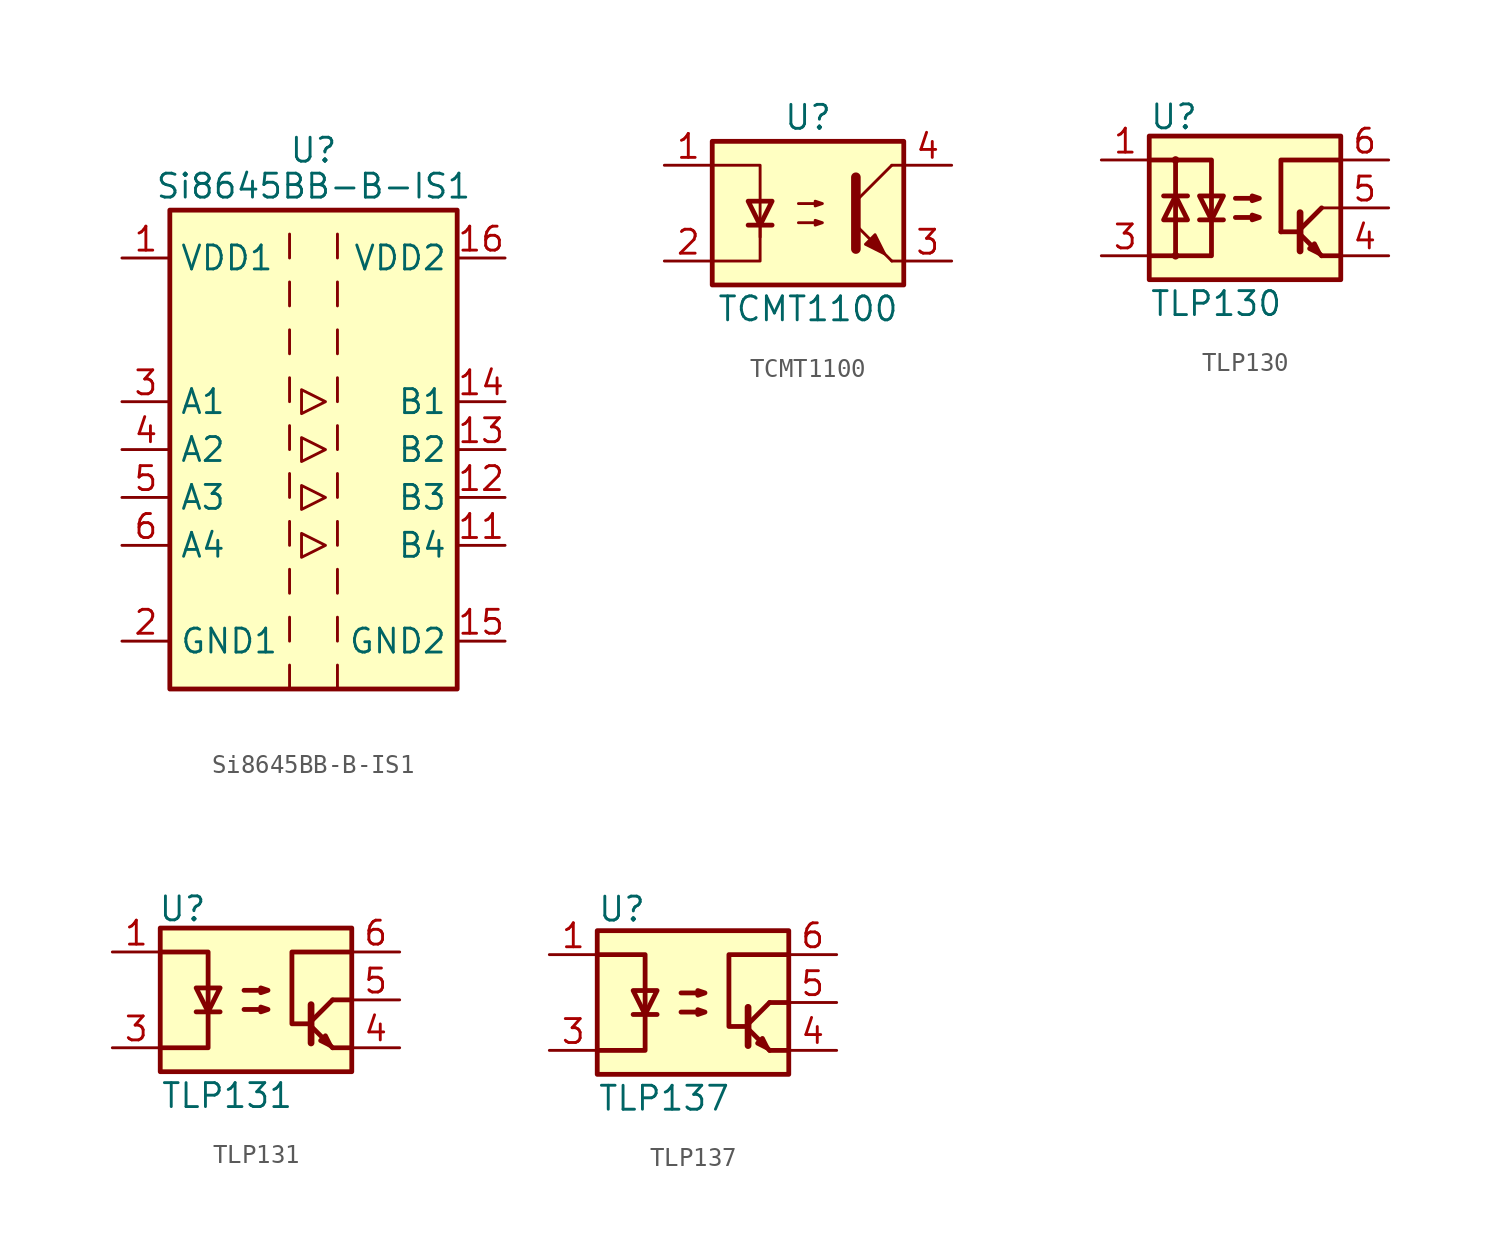
<source format=kicad_sym>
(kicad_symbol_lib
  (version 20201005)
  (generator kicad_symbol_editor)
  (symbol "Si8645BB-B-IS1"
    (property "Reference" "U"
      (at 0 15.875 0)
      (effects (font (size 1.27 1.27))))
    (property "Value" "Si8645BB-B-IS1"
      (at 0 13.97 0)
      (effects (font (size 1.27 1.27))))
    (symbol "Si8645BB-B-IS1_0_1"
      (rectangle (start -7.62 12.7) (end 7.62 -12.7) (stroke (width 0.254)) (fill (type background)))
      (polyline (pts (xy -1.27 -11.43) (xy -1.27 -12.7)) (stroke (width 0)) (fill (type none)))
      (polyline (pts (xy -1.27 -8.89) (xy -1.27 -10.16)) (stroke (width 0)) (fill (type none)))
      (polyline (pts (xy -1.27 -6.35) (xy -1.27 -7.62)) (stroke (width 0)) (fill (type none)))
      (polyline (pts (xy -1.27 -3.81) (xy -1.27 -5.08)) (stroke (width 0)) (fill (type none)))
      (polyline (pts (xy -1.27 -1.27) (xy -1.27 -2.54)) (stroke (width 0)) (fill (type none)))
      (polyline (pts (xy -1.27 1.27) (xy -1.27 0)) (stroke (width 0)) (fill (type none)))
      (polyline (pts (xy -1.27 3.81) (xy -1.27 2.54)) (stroke (width 0)) (fill (type none)))
      (polyline (pts (xy -1.27 6.35) (xy -1.27 5.08)) (stroke (width 0)) (fill (type none)))
      (polyline (pts (xy -1.27 8.89) (xy -1.27 7.62)) (stroke (width 0)) (fill (type none)))
      (polyline (pts (xy -1.27 11.43) (xy -1.27 10.16)) (stroke (width 0)) (fill (type none)))
      (polyline (pts (xy 1.27 -11.43) (xy 1.27 -12.7)) (stroke (width 0)) (fill (type none)))
      (polyline (pts (xy 1.27 -8.89) (xy 1.27 -10.16)) (stroke (width 0)) (fill (type none)))
      (polyline (pts (xy 1.27 -6.35) (xy 1.27 -7.62)) (stroke (width 0)) (fill (type none)))
      (polyline (pts (xy 1.27 -3.81) (xy 1.27 -5.08)) (stroke (width 0)) (fill (type none)))
      (polyline (pts (xy 1.27 -1.27) (xy 1.27 -2.54)) (stroke (width 0)) (fill (type none)))
      (polyline (pts (xy 1.27 1.27) (xy 1.27 0)) (stroke (width 0)) (fill (type none)))
      (polyline (pts (xy 1.27 3.81) (xy 1.27 2.54)) (stroke (width 0)) (fill (type none)))
      (polyline (pts (xy 1.27 6.35) (xy 1.27 5.08)) (stroke (width 0)) (fill (type none)))
      (polyline (pts (xy 1.27 8.89) (xy 1.27 7.62)) (stroke (width 0)) (fill (type none)))
      (polyline (pts (xy 1.27 11.43) (xy 1.27 10.16)) (stroke (width 0)) (fill (type none)))
      (polyline (pts (xy -0.635 0.635) (xy -0.635 -0.635) (xy 0.635 0) (xy -0.635 0.635)) (stroke (width 0)) (fill (type none)))
      (polyline (pts (xy -0.635 3.175) (xy -0.635 1.905) (xy 0.635 2.54) (xy -0.635 3.175)) (stroke (width 0)) (fill (type none)))
      (polyline (pts (xy 0.635 -5.08) (xy -0.635 -4.445) (xy -0.635 -5.715) (xy 0.635 -5.08)) (stroke (width 0)) (fill (type none)))
      (polyline (pts (xy 0.635 -2.54) (xy -0.635 -1.905) (xy -0.635 -3.175) (xy 0.635 -2.54)) (stroke (width 0)) (fill (type none))))
    (symbol "Si8645BB-B-IS1_1_1"
      (pin power_in line (at -10.16 10.16 0) (length 2.54) (name "VDD1" (effects (font (size 1.27 1.27)))) (number "1" (effects (font (size 1.27 1.27)))))
      (pin no_connect line (at 7.62 7.62 180) (length 2.54) hide (name "NC" (effects (font (size 1.27 1.27)))) (number "10" (effects (font (size 1.27 1.27)))))
      (pin output line (at 10.16 -5.08 180) (length 2.54) (name "B4" (effects (font (size 1.27 1.27)))) (number "11" (effects (font (size 1.27 1.27)))))
      (pin output line (at 10.16 -2.54 180) (length 2.54) (name "B3" (effects (font (size 1.27 1.27)))) (number "12" (effects (font (size 1.27 1.27)))))
      (pin output line (at 10.16 0 180) (length 2.54) (name "B2" (effects (font (size 1.27 1.27)))) (number "13" (effects (font (size 1.27 1.27)))))
      (pin output line (at 10.16 2.54 180) (length 2.54) (name "B1" (effects (font (size 1.27 1.27)))) (number "14" (effects (font (size 1.27 1.27)))))
      (pin power_in line (at 10.16 -10.16 180) (length 2.54) (name "GND2" (effects (font (size 1.27 1.27)))) (number "15" (effects (font (size 1.27 1.27)))))
      (pin power_in line (at 10.16 10.16 180) (length 2.54) (name "VDD2" (effects (font (size 1.27 1.27)))) (number "16" (effects (font (size 1.27 1.27)))))
      (pin power_in line (at -10.16 -10.16 0) (length 2.54) (name "GND1" (effects (font (size 1.27 1.27)))) (number "2" (effects (font (size 1.27 1.27)))))
      (pin input line (at -10.16 2.54 0) (length 2.54) (name "A1" (effects (font (size 1.27 1.27)))) (number "3" (effects (font (size 1.27 1.27)))))
      (pin input line (at -10.16 0 0) (length 2.54) (name "A2" (effects (font (size 1.27 1.27)))) (number "4" (effects (font (size 1.27 1.27)))))
      (pin input line (at -10.16 -2.54 0) (length 2.54) (name "A3" (effects (font (size 1.27 1.27)))) (number "5" (effects (font (size 1.27 1.27)))))
      (pin input line (at -10.16 -5.08 0) (length 2.54) (name "A4" (effects (font (size 1.27 1.27)))) (number "6" (effects (font (size 1.27 1.27)))))
      (pin no_connect line (at -7.62 7.62 0) (length 2.54) hide (name "NC" (effects (font (size 1.27 1.27)))) (number "7" (effects (font (size 1.27 1.27)))))
      (pin passive line (at -10.16 -10.16 0) (length 2.54) hide (name "GND1" (effects (font (size 1.27 1.27)))) (number "8" (effects (font (size 1.27 1.27)))))
      (pin passive line (at 10.16 -10.16 180) (length 2.54) hide (name "GND2" (effects (font (size 1.27 1.27)))) (number "9" (effects (font (size 1.27 1.27)))))))
  (symbol "TCMT1100"
    (pin_names
      (offset 1.016))
    (property "Reference" "U"
      (at 0 5.08 0)
      (effects (font (size 1.27 1.27))))
    (property "Value" "TCMT1100"
      (at 0 -5.08 0)
      (effects (font (size 1.27 1.27))))
    (symbol "TCMT1100_1_1"
      (rectangle (start -5.08 3.81) (end 5.08 -3.81) (stroke (width 0.254)) (fill (type background)))
      (polyline (pts (xy -3.175 -0.635) (xy -1.905 -0.635)) (stroke (width 0.254)) (fill (type none)))
      (polyline (pts (xy 2.54 0.635) (xy 4.445 2.54)) (stroke (width 0)) (fill (type none)))
      (polyline (pts (xy 4.445 -2.54) (xy 2.54 -0.635)) (stroke (width 0)) (fill (type outline)))
      (polyline (pts (xy 4.445 -2.54) (xy 5.08 -2.54)) (stroke (width 0)) (fill (type none)))
      (polyline (pts (xy 4.445 2.54) (xy 5.08 2.54)) (stroke (width 0)) (fill (type none)))
      (polyline (pts (xy -2.54 -0.635) (xy -2.54 -2.54) (xy -5.08 -2.54)) (stroke (width 0)) (fill (type none)))
      (polyline (pts (xy 2.54 1.905) (xy 2.54 -1.905) (xy 2.54 -1.905)) (stroke (width 0.508)) (fill (type none)))
      (polyline (pts (xy -5.08 2.54) (xy -2.54 2.54) (xy -2.54 -1.27) (xy -2.54 0.635)) (stroke (width 0)) (fill (type none)))
      (polyline (pts (xy -2.54 -0.635) (xy -3.175 0.635) (xy -1.905 0.635) (xy -2.54 -0.635)) (stroke (width 0.254)) (fill (type none)))
      (polyline (pts (xy -0.508 -0.508) (xy 0.762 -0.508) (xy 0.381 -0.635) (xy 0.381 -0.381) (xy 0.762 -0.508)) (stroke (width 0)) (fill (type none)))
      (polyline (pts (xy -0.508 0.508) (xy 0.762 0.508) (xy 0.381 0.381) (xy 0.381 0.635) (xy 0.762 0.508)) (stroke (width 0)) (fill (type none)))
      (polyline (pts (xy 3.048 -1.651) (xy 3.556 -1.143) (xy 4.064 -2.159) (xy 3.048 -1.651) (xy 3.048 -1.651)) (stroke (width 0)) (fill (type outline)))
      (pin passive line (at -7.62 2.54 0) (length 2.54) (name "~" (effects (font (size 1.27 1.27)))) (number "1" (effects (font (size 1.27 1.27)))))
      (pin passive line (at -7.62 -2.54 0) (length 2.54) (name "~" (effects (font (size 1.27 1.27)))) (number "2" (effects (font (size 1.27 1.27)))))
      (pin passive line (at 7.62 -2.54 180) (length 2.54) (name "~" (effects (font (size 1.27 1.27)))) (number "3" (effects (font (size 1.27 1.27)))))
      (pin passive line (at 7.62 2.54 180) (length 2.54) (name "~" (effects (font (size 1.27 1.27)))) (number "4" (effects (font (size 1.27 1.27)))))))
  (symbol "TLP130"
    (pin_names
      (offset 1.016))
    (property "Reference" "U"
      (at -5.08 4.826 0)
      (effects (font (size 1.27 1.27)) (justify left)))
    (property "Value" "TLP130"
      (at -5.08 -5.08 0)
      (effects (font (size 1.27 1.27)) (justify left)))
    (symbol "TLP130_0_1"
      (circle (center -3.683 -2.54) (radius 0.127) (stroke (width 0)) (fill (type none)))
      (circle (center -3.683 2.54) (radius 0.127) (stroke (width 0)) (fill (type none)))
      (rectangle (start -5.08 3.81) (end 5.08 -3.81) (stroke (width 0.254)) (fill (type background)))
      (polyline (pts (xy -3.683 2.54) (xy -3.683 -2.54)) (stroke (width 0.254)) (fill (type none)))
      (polyline (pts (xy -3.048 0.635) (xy -4.318 0.635)) (stroke (width 0.254)) (fill (type none)))
      (polyline (pts (xy -2.413 -0.635) (xy -1.143 -0.635)) (stroke (width 0.254)) (fill (type none)))
      (polyline (pts (xy 2.921 -1.397) (xy 4.064 -2.54)) (stroke (width 0.254)) (fill (type none)))
      (polyline (pts (xy 2.921 -1.27) (xy 1.905 -1.27)) (stroke (width 0.254)) (fill (type none)))
      (polyline (pts (xy 2.921 -1.143) (xy 4.064 0)) (stroke (width 0.254)) (fill (type none)))
      (polyline (pts (xy 4.064 -2.54) (xy 5.08 -2.54)) (stroke (width 0.254)) (fill (type none)))
      (polyline (pts (xy 5.08 0) (xy 4.064 0)) (stroke (width 0)) (fill (type none)))
      (polyline (pts (xy 1.905 -1.27) (xy 1.905 2.54) (xy 5.08 2.54)) (stroke (width 0.254)) (fill (type none)))
      (polyline (pts (xy 2.921 -0.254) (xy 2.921 -2.286) (xy 2.921 -2.286)) (stroke (width 0.356)) (fill (type none)))
      (polyline (pts (xy -5.08 -2.54) (xy -1.778 -2.54) (xy -1.778 2.54) (xy -5.08 2.54)) (stroke (width 0.254)) (fill (type none)))
      (polyline (pts (xy -3.683 0.635) (xy -3.048 -0.635) (xy -4.318 -0.635) (xy -3.683 0.635)) (stroke (width 0.254)) (fill (type none)))
      (polyline (pts (xy -1.778 -0.635) (xy -2.413 0.635) (xy -1.143 0.635) (xy -1.778 -0.635)) (stroke (width 0.254)) (fill (type none)))
      (polyline (pts (xy 3.937 -2.413) (xy 3.683 -1.905) (xy 3.429 -2.159) (xy 3.937 -2.413)) (stroke (width 0.254)) (fill (type none)))
      (polyline (pts (xy -0.508 -0.508) (xy 0.762 -0.508) (xy 0.381 -0.635) (xy 0.381 -0.381) (xy 0.762 -0.508)) (stroke (width 0.254)) (fill (type none)))
      (polyline (pts (xy -0.508 0.508) (xy 0.762 0.508) (xy 0.381 0.381) (xy 0.381 0.635) (xy 0.762 0.508)) (stroke (width 0.254)) (fill (type none))))
    (symbol "TLP130_1_1"
      (pin passive line (at -7.62 2.54 0) (length 2.54) (name "~" (effects (font (size 1.27 1.27)))) (number "1" (effects (font (size 1.27 1.27)))))
      (pin passive line (at -7.62 -2.54 0) (length 2.54) (name "~" (effects (font (size 1.27 1.27)))) (number "3" (effects (font (size 1.27 1.27)))))
      (pin passive line (at 7.62 -2.54 180) (length 2.54) (name "~" (effects (font (size 1.27 1.27)))) (number "4" (effects (font (size 1.27 1.27)))))
      (pin open_collector line (at 7.62 0 180) (length 2.54) (name "~" (effects (font (size 1.27 1.27)))) (number "5" (effects (font (size 1.27 1.27)))))
      (pin passive line (at 7.62 2.54 180) (length 2.54) (name "~" (effects (font (size 1.27 1.27)))) (number "6" (effects (font (size 1.27 1.27)))))))
  (symbol "TLP131"
    (pin_names
      (offset 1.016))
    (property "Reference" "U"
      (at -5.207 4.826 0)
      (effects (font (size 1.27 1.27)) (justify left)))
    (property "Value" "TLP131"
      (at -5.08 -5.08 0)
      (effects (font (size 1.27 1.27)) (justify left)))
    (symbol "TLP131_0_1"
      (rectangle (start -5.08 3.81) (end 5.08 -3.81) (stroke (width 0.254)) (fill (type background)))
      (polyline (pts (xy -3.175 -0.635) (xy -1.905 -0.635)) (stroke (width 0.254)) (fill (type none)))
      (polyline (pts (xy 2.921 -1.397) (xy 4.064 -2.54)) (stroke (width 0.254)) (fill (type none)))
      (polyline (pts (xy 2.921 -1.143) (xy 4.064 0)) (stroke (width 0.254)) (fill (type none)))
      (polyline (pts (xy 4.064 -2.54) (xy 5.08 -2.54)) (stroke (width 0.254)) (fill (type none)))
      (polyline (pts (xy 5.08 0) (xy 4.064 0)) (stroke (width 0.254)) (fill (type none)))
      (polyline (pts (xy 2.921 -0.254) (xy 2.921 -2.286) (xy 2.921 -2.286)) (stroke (width 0.356)) (fill (type none)))
      (polyline (pts (xy -5.08 -2.54) (xy -2.54 -2.54) (xy -2.54 2.54) (xy -5.08 2.54)) (stroke (width 0.254)) (fill (type none)))
      (polyline (pts (xy -2.54 -0.635) (xy -3.175 0.635) (xy -1.905 0.635) (xy -2.54 -0.635)) (stroke (width 0.254)) (fill (type none)))
      (polyline (pts (xy 2.921 -1.27) (xy 1.905 -1.27) (xy 1.905 2.54) (xy 5.08 2.54)) (stroke (width 0.254)) (fill (type none)))
      (polyline (pts (xy 3.937 -2.413) (xy 3.683 -1.905) (xy 3.429 -2.159) (xy 3.937 -2.413)) (stroke (width 0.254)) (fill (type none)))
      (polyline (pts (xy -0.635 -0.508) (xy 0.635 -0.508) (xy 0.254 -0.635) (xy 0.254 -0.381) (xy 0.635 -0.508)) (stroke (width 0.254)) (fill (type none)))
      (polyline (pts (xy -0.635 0.508) (xy 0.635 0.508) (xy 0.254 0.381) (xy 0.254 0.635) (xy 0.635 0.508)) (stroke (width 0.254)) (fill (type none))))
    (symbol "TLP131_1_1"
      (pin passive line (at -7.62 2.54 0) (length 2.54) (name "~" (effects (font (size 1.27 1.27)))) (number "1" (effects (font (size 1.27 1.27)))))
      (pin passive line (at -7.62 -2.54 0) (length 2.54) (name "~" (effects (font (size 1.27 1.27)))) (number "3" (effects (font (size 1.27 1.27)))))
      (pin passive line (at 7.62 -2.54 180) (length 2.54) (name "~" (effects (font (size 1.27 1.27)))) (number "4" (effects (font (size 1.27 1.27)))))
      (pin open_collector line (at 7.62 0 180) (length 2.54) (name "~" (effects (font (size 1.27 1.27)))) (number "5" (effects (font (size 1.27 1.27)))))
      (pin passive line (at 7.62 2.54 180) (length 2.54) (name "~" (effects (font (size 1.27 1.27)))) (number "6" (effects (font (size 1.27 1.27)))))))
  (symbol "TLP137"
    (pin_names
      (offset 1.016))
    (property "Reference" "U"
      (at -5.08 4.953 0)
      (effects (font (size 1.27 1.27)) (justify left)))
    (property "Value" "TLP137"
      (at -5.08 -5.08 0)
      (effects (font (size 1.27 1.27)) (justify left)))
    (symbol "TLP137_0_1"
      (rectangle (start -5.08 3.81) (end 5.08 -3.81) (stroke (width 0.254)) (fill (type background)))
      (polyline (pts (xy -3.175 -0.635) (xy -1.905 -0.635)) (stroke (width 0.254)) (fill (type none)))
      (polyline (pts (xy 2.921 -1.397) (xy 4.064 -2.54)) (stroke (width 0.254)) (fill (type none)))
      (polyline (pts (xy 2.921 -1.143) (xy 4.064 0)) (stroke (width 0.254)) (fill (type none)))
      (polyline (pts (xy 4.064 -2.54) (xy 5.08 -2.54)) (stroke (width 0.254)) (fill (type none)))
      (polyline (pts (xy 5.08 0) (xy 4.064 0)) (stroke (width 0.254)) (fill (type none)))
      (polyline (pts (xy 2.921 -0.254) (xy 2.921 -2.286) (xy 2.921 -2.286)) (stroke (width 0.356)) (fill (type none)))
      (polyline (pts (xy -5.08 -2.54) (xy -2.54 -2.54) (xy -2.54 2.54) (xy -5.08 2.54)) (stroke (width 0.254)) (fill (type none)))
      (polyline (pts (xy -2.54 -0.635) (xy -3.175 0.635) (xy -1.905 0.635) (xy -2.54 -0.635)) (stroke (width 0.254)) (fill (type none)))
      (polyline (pts (xy 2.921 -1.27) (xy 1.905 -1.27) (xy 1.905 2.54) (xy 5.08 2.54)) (stroke (width 0.254)) (fill (type none)))
      (polyline (pts (xy 3.937 -2.413) (xy 3.683 -1.905) (xy 3.429 -2.159) (xy 3.937 -2.413)) (stroke (width 0.254)) (fill (type none)))
      (polyline (pts (xy -0.635 -0.508) (xy 0.635 -0.508) (xy 0.254 -0.635) (xy 0.254 -0.381) (xy 0.635 -0.508)) (stroke (width 0.254)) (fill (type none)))
      (polyline (pts (xy -0.635 0.508) (xy 0.635 0.508) (xy 0.254 0.381) (xy 0.254 0.635) (xy 0.635 0.508)) (stroke (width 0.254)) (fill (type none))))
    (symbol "TLP137_1_1"
      (pin passive line (at -7.62 2.54 0) (length 2.54) (name "~" (effects (font (size 1.27 1.27)))) (number "1" (effects (font (size 1.27 1.27)))))
      (pin passive line (at -7.62 -2.54 0) (length 2.54) (name "~" (effects (font (size 1.27 1.27)))) (number "3" (effects (font (size 1.27 1.27)))))
      (pin passive line (at 7.62 -2.54 180) (length 2.54) (name "~" (effects (font (size 1.27 1.27)))) (number "4" (effects (font (size 1.27 1.27)))))
      (pin open_collector line (at 7.62 0 180) (length 2.54) (name "~" (effects (font (size 1.27 1.27)))) (number "5" (effects (font (size 1.27 1.27)))))
      (pin passive line (at 7.62 2.54 180) (length 2.54) (name "~" (effects (font (size 1.27 1.27)))) (number "6" (effects (font (size 1.27 1.27))))))))
</source>
